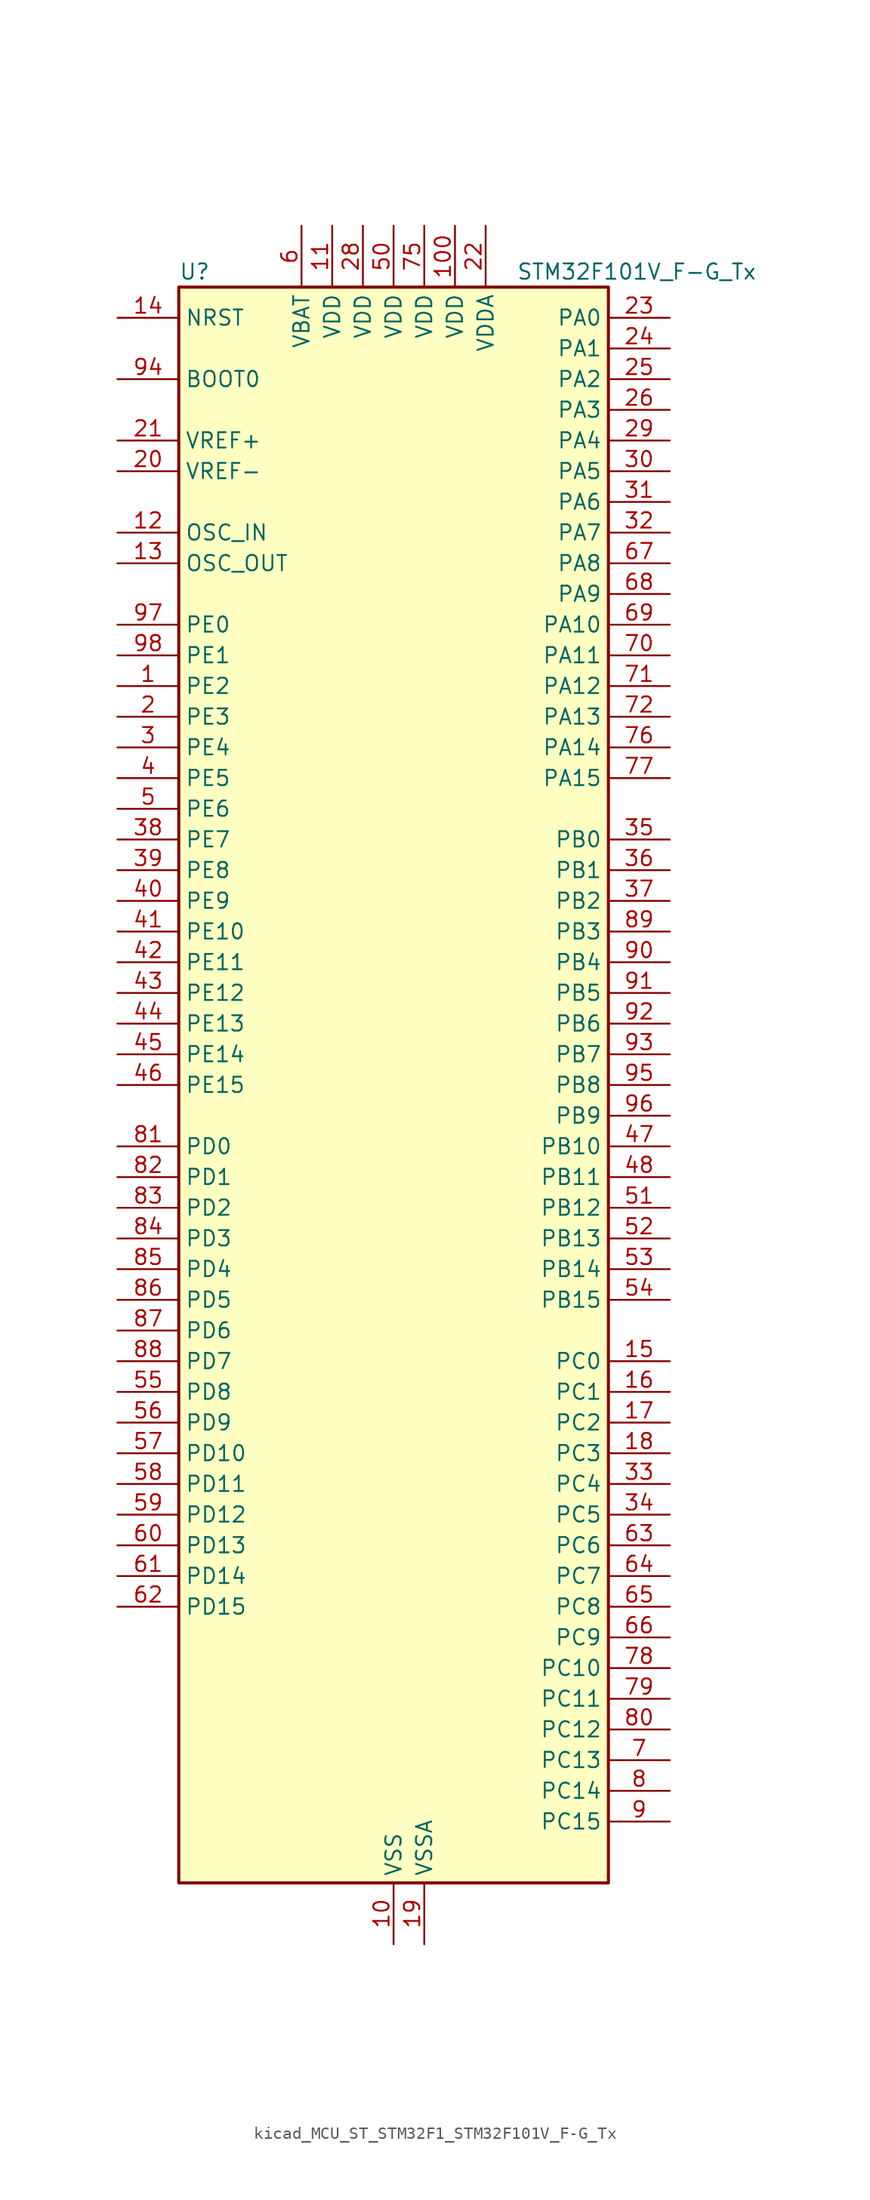
<source format=kicad_sym>
(kicad_symbol_lib
  (version 20220914)
  (generator kicad_symbol_editor)
  (symbol "kicad_MCU_ST_STM32F1_STM32F101V_F-G_Tx"
    (property "Reference" "U"
      (at -17.78 67.31 0)
      (effects (font (size 1.27 1.27)) (justify left)))
    (property "Value" "STM32F101V_F-G_Tx"
      (at 10.16 67.31 0)
      (effects (font (size 1.27 1.27)) (justify left)))
    (property "ki_locked" ""
      (at 0 0 0)
      (effects (font (size 1.27 1.27))))
    (symbol "kicad_MCU_ST_STM32F1_STM32F101V_F-G_Tx_0_1"
      (rectangle (start -17.78 -66.04) (end 17.78 66.04) (stroke (width 0.254) (type default)) (fill (type background))))
    (symbol "kicad_MCU_ST_STM32F1_STM32F101V_F-G_Tx_1_1"
      (pin bidirectional line (at -22.86 33.02 0) (length 5.08) (name "PE2" (effects (font (size 1.27 1.27)))) (number "1" (effects (font (size 1.27 1.27)))) (alternate "FSMC_A23" bidirectional line) (alternate "SYS_TRACECLK" bidirectional line))
      (pin power_in line (at 0 -71.12 90) (length 5.08) (name "VSS" (effects (font (size 1.27 1.27)))) (number "10" (effects (font (size 1.27 1.27)))))
      (pin power_in line (at 5.08 71.12 270) (length 5.08) (name "VDD" (effects (font (size 1.27 1.27)))) (number "100" (effects (font (size 1.27 1.27)))))
      (pin power_in line (at -5.08 71.12 270) (length 5.08) (name "VDD" (effects (font (size 1.27 1.27)))) (number "11" (effects (font (size 1.27 1.27)))))
      (pin input line (at -22.86 45.72 0) (length 5.08) (name "OSC_IN" (effects (font (size 1.27 1.27)))) (number "12" (effects (font (size 1.27 1.27)))) (alternate "RCC_OSC_IN" bidirectional line))
      (pin input line (at -22.86 43.18 0) (length 5.08) (name "OSC_OUT" (effects (font (size 1.27 1.27)))) (number "13" (effects (font (size 1.27 1.27)))) (alternate "RCC_OSC_OUT" bidirectional line))
      (pin input line (at -22.86 63.5 0) (length 5.08) (name "NRST" (effects (font (size 1.27 1.27)))) (number "14" (effects (font (size 1.27 1.27)))))
      (pin bidirectional line (at 22.86 -22.86 180) (length 5.08) (name "PC0" (effects (font (size 1.27 1.27)))) (number "15" (effects (font (size 1.27 1.27)))) (alternate "ADC1_IN10" bidirectional line))
      (pin bidirectional line (at 22.86 -25.4 180) (length 5.08) (name "PC1" (effects (font (size 1.27 1.27)))) (number "16" (effects (font (size 1.27 1.27)))) (alternate "ADC1_IN11" bidirectional line))
      (pin bidirectional line (at 22.86 -27.94 180) (length 5.08) (name "PC2" (effects (font (size 1.27 1.27)))) (number "17" (effects (font (size 1.27 1.27)))) (alternate "ADC1_IN12" bidirectional line))
      (pin bidirectional line (at 22.86 -30.48 180) (length 5.08) (name "PC3" (effects (font (size 1.27 1.27)))) (number "18" (effects (font (size 1.27 1.27)))) (alternate "ADC1_IN13" bidirectional line))
      (pin power_in line (at 2.54 -71.12 90) (length 5.08) (name "VSSA" (effects (font (size 1.27 1.27)))) (number "19" (effects (font (size 1.27 1.27)))))
      (pin bidirectional line (at -22.86 30.48 0) (length 5.08) (name "PE3" (effects (font (size 1.27 1.27)))) (number "2" (effects (font (size 1.27 1.27)))) (alternate "FSMC_A19" bidirectional line) (alternate "SYS_TRACED0" bidirectional line))
      (pin input line (at -22.86 50.8 0) (length 5.08) (name "VREF-" (effects (font (size 1.27 1.27)))) (number "20" (effects (font (size 1.27 1.27)))))
      (pin input line (at -22.86 53.34 0) (length 5.08) (name "VREF+" (effects (font (size 1.27 1.27)))) (number "21" (effects (font (size 1.27 1.27)))))
      (pin power_in line (at 7.62 71.12 270) (length 5.08) (name "VDDA" (effects (font (size 1.27 1.27)))) (number "22" (effects (font (size 1.27 1.27)))))
      (pin bidirectional line (at 22.86 63.5 180) (length 5.08) (name "PA0" (effects (font (size 1.27 1.27)))) (number "23" (effects (font (size 1.27 1.27)))) (alternate "ADC1_IN0" bidirectional line) (alternate "SYS_WKUP" bidirectional line) (alternate "TIM2_CH1" bidirectional line) (alternate "TIM2_ETR" bidirectional line) (alternate "TIM5_CH1" bidirectional line) (alternate "USART2_CTS" bidirectional line))
      (pin bidirectional line (at 22.86 60.96 180) (length 5.08) (name "PA1" (effects (font (size 1.27 1.27)))) (number "24" (effects (font (size 1.27 1.27)))) (alternate "ADC1_IN1" bidirectional line) (alternate "TIM2_CH2" bidirectional line) (alternate "TIM5_CH2" bidirectional line) (alternate "USART2_RTS" bidirectional line))
      (pin bidirectional line (at 22.86 58.42 180) (length 5.08) (name "PA2" (effects (font (size 1.27 1.27)))) (number "25" (effects (font (size 1.27 1.27)))) (alternate "ADC1_IN2" bidirectional line) (alternate "TIM2_CH3" bidirectional line) (alternate "TIM5_CH3" bidirectional line) (alternate "TIM9_CH1" bidirectional line) (alternate "USART2_TX" bidirectional line))
      (pin bidirectional line (at 22.86 55.88 180) (length 5.08) (name "PA3" (effects (font (size 1.27 1.27)))) (number "26" (effects (font (size 1.27 1.27)))) (alternate "ADC1_IN3" bidirectional line) (alternate "TIM2_CH4" bidirectional line) (alternate "TIM5_CH4" bidirectional line) (alternate "TIM9_CH2" bidirectional line) (alternate "USART2_RX" bidirectional line))
      (pin passive line (at 0 -71.12 90) (length 5.08) hide (name "VSS" (effects (font (size 1.27 1.27)))) (number "27" (effects (font (size 1.27 1.27)))))
      (pin power_in line (at -2.54 71.12 270) (length 5.08) (name "VDD" (effects (font (size 1.27 1.27)))) (number "28" (effects (font (size 1.27 1.27)))))
      (pin bidirectional line (at 22.86 53.34 180) (length 5.08) (name "PA4" (effects (font (size 1.27 1.27)))) (number "29" (effects (font (size 1.27 1.27)))) (alternate "ADC1_IN4" bidirectional line) (alternate "DAC_OUT1" bidirectional line) (alternate "SPI1_NSS" bidirectional line) (alternate "USART2_CK" bidirectional line))
      (pin bidirectional line (at -22.86 27.94 0) (length 5.08) (name "PE4" (effects (font (size 1.27 1.27)))) (number "3" (effects (font (size 1.27 1.27)))) (alternate "FSMC_A20" bidirectional line) (alternate "SYS_TRACED1" bidirectional line))
      (pin bidirectional line (at 22.86 50.8 180) (length 5.08) (name "PA5" (effects (font (size 1.27 1.27)))) (number "30" (effects (font (size 1.27 1.27)))) (alternate "ADC1_IN5" bidirectional line) (alternate "DAC_OUT2" bidirectional line) (alternate "SPI1_SCK" bidirectional line))
      (pin bidirectional line (at 22.86 48.26 180) (length 5.08) (name "PA6" (effects (font (size 1.27 1.27)))) (number "31" (effects (font (size 1.27 1.27)))) (alternate "ADC1_IN6" bidirectional line) (alternate "SPI1_MISO" bidirectional line) (alternate "TIM13_CH1" bidirectional line) (alternate "TIM3_CH1" bidirectional line))
      (pin bidirectional line (at 22.86 45.72 180) (length 5.08) (name "PA7" (effects (font (size 1.27 1.27)))) (number "32" (effects (font (size 1.27 1.27)))) (alternate "ADC1_IN7" bidirectional line) (alternate "SPI1_MOSI" bidirectional line) (alternate "TIM14_CH1" bidirectional line) (alternate "TIM3_CH2" bidirectional line))
      (pin bidirectional line (at 22.86 -33.02 180) (length 5.08) (name "PC4" (effects (font (size 1.27 1.27)))) (number "33" (effects (font (size 1.27 1.27)))) (alternate "ADC1_IN14" bidirectional line))
      (pin bidirectional line (at 22.86 -35.56 180) (length 5.08) (name "PC5" (effects (font (size 1.27 1.27)))) (number "34" (effects (font (size 1.27 1.27)))) (alternate "ADC1_IN15" bidirectional line))
      (pin bidirectional line (at 22.86 20.32 180) (length 5.08) (name "PB0" (effects (font (size 1.27 1.27)))) (number "35" (effects (font (size 1.27 1.27)))) (alternate "ADC1_IN8" bidirectional line) (alternate "TIM3_CH3" bidirectional line))
      (pin bidirectional line (at 22.86 17.78 180) (length 5.08) (name "PB1" (effects (font (size 1.27 1.27)))) (number "36" (effects (font (size 1.27 1.27)))) (alternate "ADC1_IN9" bidirectional line) (alternate "TIM3_CH4" bidirectional line))
      (pin bidirectional line (at 22.86 15.24 180) (length 5.08) (name "PB2" (effects (font (size 1.27 1.27)))) (number "37" (effects (font (size 1.27 1.27)))))
      (pin bidirectional line (at -22.86 20.32 0) (length 5.08) (name "PE7" (effects (font (size 1.27 1.27)))) (number "38" (effects (font (size 1.27 1.27)))) (alternate "FSMC_D4" bidirectional line) (alternate "FSMC_DA4" bidirectional line))
      (pin bidirectional line (at -22.86 17.78 0) (length 5.08) (name "PE8" (effects (font (size 1.27 1.27)))) (number "39" (effects (font (size 1.27 1.27)))) (alternate "FSMC_D5" bidirectional line) (alternate "FSMC_DA5" bidirectional line))
      (pin bidirectional line (at -22.86 25.4 0) (length 5.08) (name "PE5" (effects (font (size 1.27 1.27)))) (number "4" (effects (font (size 1.27 1.27)))) (alternate "FSMC_A21" bidirectional line) (alternate "SYS_TRACED2" bidirectional line) (alternate "TIM9_CH1" bidirectional line))
      (pin bidirectional line (at -22.86 15.24 0) (length 5.08) (name "PE9" (effects (font (size 1.27 1.27)))) (number "40" (effects (font (size 1.27 1.27)))) (alternate "DAC_EXTI9" bidirectional line) (alternate "FSMC_D6" bidirectional line) (alternate "FSMC_DA6" bidirectional line))
      (pin bidirectional line (at -22.86 12.7 0) (length 5.08) (name "PE10" (effects (font (size 1.27 1.27)))) (number "41" (effects (font (size 1.27 1.27)))) (alternate "FSMC_D7" bidirectional line) (alternate "FSMC_DA7" bidirectional line))
      (pin bidirectional line (at -22.86 10.16 0) (length 5.08) (name "PE11" (effects (font (size 1.27 1.27)))) (number "42" (effects (font (size 1.27 1.27)))) (alternate "ADC1_EXTI11" bidirectional line) (alternate "FSMC_D8" bidirectional line) (alternate "FSMC_DA8" bidirectional line))
      (pin bidirectional line (at -22.86 7.62 0) (length 5.08) (name "PE12" (effects (font (size 1.27 1.27)))) (number "43" (effects (font (size 1.27 1.27)))) (alternate "FSMC_D9" bidirectional line) (alternate "FSMC_DA9" bidirectional line))
      (pin bidirectional line (at -22.86 5.08 0) (length 5.08) (name "PE13" (effects (font (size 1.27 1.27)))) (number "44" (effects (font (size 1.27 1.27)))) (alternate "FSMC_D10" bidirectional line) (alternate "FSMC_DA10" bidirectional line))
      (pin bidirectional line (at -22.86 2.54 0) (length 5.08) (name "PE14" (effects (font (size 1.27 1.27)))) (number "45" (effects (font (size 1.27 1.27)))) (alternate "FSMC_D11" bidirectional line) (alternate "FSMC_DA11" bidirectional line))
      (pin bidirectional line (at -22.86 0 0) (length 5.08) (name "PE15" (effects (font (size 1.27 1.27)))) (number "46" (effects (font (size 1.27 1.27)))) (alternate "ADC1_EXTI15" bidirectional line) (alternate "FSMC_D12" bidirectional line) (alternate "FSMC_DA12" bidirectional line))
      (pin bidirectional line (at 22.86 -5.08 180) (length 5.08) (name "PB10" (effects (font (size 1.27 1.27)))) (number "47" (effects (font (size 1.27 1.27)))) (alternate "I2C2_SCL" bidirectional line) (alternate "TIM2_CH3" bidirectional line) (alternate "USART3_TX" bidirectional line))
      (pin bidirectional line (at 22.86 -7.62 180) (length 5.08) (name "PB11" (effects (font (size 1.27 1.27)))) (number "48" (effects (font (size 1.27 1.27)))) (alternate "ADC1_EXTI11" bidirectional line) (alternate "I2C2_SDA" bidirectional line) (alternate "TIM2_CH4" bidirectional line) (alternate "USART3_RX" bidirectional line))
      (pin passive line (at 0 -71.12 90) (length 5.08) hide (name "VSS" (effects (font (size 1.27 1.27)))) (number "49" (effects (font (size 1.27 1.27)))))
      (pin bidirectional line (at -22.86 22.86 0) (length 5.08) (name "PE6" (effects (font (size 1.27 1.27)))) (number "5" (effects (font (size 1.27 1.27)))) (alternate "FSMC_A22" bidirectional line) (alternate "SYS_TRACED3" bidirectional line) (alternate "TIM9_CH2" bidirectional line))
      (pin power_in line (at 0 71.12 270) (length 5.08) (name "VDD" (effects (font (size 1.27 1.27)))) (number "50" (effects (font (size 1.27 1.27)))))
      (pin bidirectional line (at 22.86 -10.16 180) (length 5.08) (name "PB12" (effects (font (size 1.27 1.27)))) (number "51" (effects (font (size 1.27 1.27)))) (alternate "I2C2_SMBA" bidirectional line) (alternate "SPI2_NSS" bidirectional line) (alternate "USART3_CK" bidirectional line))
      (pin bidirectional line (at 22.86 -12.7 180) (length 5.08) (name "PB13" (effects (font (size 1.27 1.27)))) (number "52" (effects (font (size 1.27 1.27)))) (alternate "SPI2_SCK" bidirectional line) (alternate "USART3_CTS" bidirectional line))
      (pin bidirectional line (at 22.86 -15.24 180) (length 5.08) (name "PB14" (effects (font (size 1.27 1.27)))) (number "53" (effects (font (size 1.27 1.27)))) (alternate "SPI2_MISO" bidirectional line) (alternate "TIM12_CH1" bidirectional line) (alternate "USART3_RTS" bidirectional line))
      (pin bidirectional line (at 22.86 -17.78 180) (length 5.08) (name "PB15" (effects (font (size 1.27 1.27)))) (number "54" (effects (font (size 1.27 1.27)))) (alternate "ADC1_EXTI15" bidirectional line) (alternate "SPI2_MOSI" bidirectional line) (alternate "TIM12_CH2" bidirectional line))
      (pin bidirectional line (at -22.86 -25.4 0) (length 5.08) (name "PD8" (effects (font (size 1.27 1.27)))) (number "55" (effects (font (size 1.27 1.27)))) (alternate "FSMC_D13" bidirectional line) (alternate "FSMC_DA13" bidirectional line) (alternate "USART3_TX" bidirectional line))
      (pin bidirectional line (at -22.86 -27.94 0) (length 5.08) (name "PD9" (effects (font (size 1.27 1.27)))) (number "56" (effects (font (size 1.27 1.27)))) (alternate "DAC_EXTI9" bidirectional line) (alternate "FSMC_D14" bidirectional line) (alternate "FSMC_DA14" bidirectional line) (alternate "USART3_RX" bidirectional line))
      (pin bidirectional line (at -22.86 -30.48 0) (length 5.08) (name "PD10" (effects (font (size 1.27 1.27)))) (number "57" (effects (font (size 1.27 1.27)))) (alternate "FSMC_D15" bidirectional line) (alternate "FSMC_DA15" bidirectional line) (alternate "USART3_CK" bidirectional line))
      (pin bidirectional line (at -22.86 -33.02 0) (length 5.08) (name "PD11" (effects (font (size 1.27 1.27)))) (number "58" (effects (font (size 1.27 1.27)))) (alternate "ADC1_EXTI11" bidirectional line) (alternate "FSMC_A16" bidirectional line) (alternate "FSMC_CLE" bidirectional line) (alternate "USART3_CTS" bidirectional line))
      (pin bidirectional line (at -22.86 -35.56 0) (length 5.08) (name "PD12" (effects (font (size 1.27 1.27)))) (number "59" (effects (font (size 1.27 1.27)))) (alternate "FSMC_A17" bidirectional line) (alternate "FSMC_ALE" bidirectional line) (alternate "TIM4_CH1" bidirectional line) (alternate "USART3_RTS" bidirectional line))
      (pin power_in line (at -7.62 71.12 270) (length 5.08) (name "VBAT" (effects (font (size 1.27 1.27)))) (number "6" (effects (font (size 1.27 1.27)))))
      (pin bidirectional line (at -22.86 -38.1 0) (length 5.08) (name "PD13" (effects (font (size 1.27 1.27)))) (number "60" (effects (font (size 1.27 1.27)))) (alternate "FSMC_A18" bidirectional line) (alternate "TIM4_CH2" bidirectional line))
      (pin bidirectional line (at -22.86 -40.64 0) (length 5.08) (name "PD14" (effects (font (size 1.27 1.27)))) (number "61" (effects (font (size 1.27 1.27)))) (alternate "FSMC_D0" bidirectional line) (alternate "FSMC_DA0" bidirectional line) (alternate "TIM4_CH3" bidirectional line))
      (pin bidirectional line (at -22.86 -43.18 0) (length 5.08) (name "PD15" (effects (font (size 1.27 1.27)))) (number "62" (effects (font (size 1.27 1.27)))) (alternate "ADC1_EXTI15" bidirectional line) (alternate "FSMC_D1" bidirectional line) (alternate "FSMC_DA1" bidirectional line) (alternate "TIM4_CH4" bidirectional line))
      (pin bidirectional line (at 22.86 -38.1 180) (length 5.08) (name "PC6" (effects (font (size 1.27 1.27)))) (number "63" (effects (font (size 1.27 1.27)))) (alternate "TIM3_CH1" bidirectional line))
      (pin bidirectional line (at 22.86 -40.64 180) (length 5.08) (name "PC7" (effects (font (size 1.27 1.27)))) (number "64" (effects (font (size 1.27 1.27)))) (alternate "TIM3_CH2" bidirectional line))
      (pin bidirectional line (at 22.86 -43.18 180) (length 5.08) (name "PC8" (effects (font (size 1.27 1.27)))) (number "65" (effects (font (size 1.27 1.27)))) (alternate "TIM3_CH3" bidirectional line))
      (pin bidirectional line (at 22.86 -45.72 180) (length 5.08) (name "PC9" (effects (font (size 1.27 1.27)))) (number "66" (effects (font (size 1.27 1.27)))) (alternate "DAC_EXTI9" bidirectional line) (alternate "TIM3_CH4" bidirectional line))
      (pin bidirectional line (at 22.86 43.18 180) (length 5.08) (name "PA8" (effects (font (size 1.27 1.27)))) (number "67" (effects (font (size 1.27 1.27)))) (alternate "RCC_MCO" bidirectional line) (alternate "USART1_CK" bidirectional line))
      (pin bidirectional line (at 22.86 40.64 180) (length 5.08) (name "PA9" (effects (font (size 1.27 1.27)))) (number "68" (effects (font (size 1.27 1.27)))) (alternate "DAC_EXTI9" bidirectional line) (alternate "USART1_TX" bidirectional line))
      (pin bidirectional line (at 22.86 38.1 180) (length 5.08) (name "PA10" (effects (font (size 1.27 1.27)))) (number "69" (effects (font (size 1.27 1.27)))) (alternate "USART1_RX" bidirectional line))
      (pin bidirectional line (at 22.86 -55.88 180) (length 5.08) (name "PC13" (effects (font (size 1.27 1.27)))) (number "7" (effects (font (size 1.27 1.27)))) (alternate "RTC_OUT" bidirectional line) (alternate "RTC_TAMPER" bidirectional line))
      (pin bidirectional line (at 22.86 35.56 180) (length 5.08) (name "PA11" (effects (font (size 1.27 1.27)))) (number "70" (effects (font (size 1.27 1.27)))) (alternate "ADC1_EXTI11" bidirectional line) (alternate "USART1_CTS" bidirectional line))
      (pin bidirectional line (at 22.86 33.02 180) (length 5.08) (name "PA12" (effects (font (size 1.27 1.27)))) (number "71" (effects (font (size 1.27 1.27)))) (alternate "USART1_RTS" bidirectional line))
      (pin bidirectional line (at 22.86 30.48 180) (length 5.08) (name "PA13" (effects (font (size 1.27 1.27)))) (number "72" (effects (font (size 1.27 1.27)))) (alternate "SYS_JTMS-SWDIO" bidirectional line))
      (pin no_connect line (at -17.78 -66.04 0) (length 5.08) hide (name "NC" (effects (font (size 1.27 1.27)))) (number "73" (effects (font (size 1.27 1.27)))))
      (pin passive line (at 0 -71.12 90) (length 5.08) hide (name "VSS" (effects (font (size 1.27 1.27)))) (number "74" (effects (font (size 1.27 1.27)))))
      (pin power_in line (at 2.54 71.12 270) (length 5.08) (name "VDD" (effects (font (size 1.27 1.27)))) (number "75" (effects (font (size 1.27 1.27)))))
      (pin bidirectional line (at 22.86 27.94 180) (length 5.08) (name "PA14" (effects (font (size 1.27 1.27)))) (number "76" (effects (font (size 1.27 1.27)))) (alternate "SYS_JTCK-SWCLK" bidirectional line))
      (pin bidirectional line (at 22.86 25.4 180) (length 5.08) (name "PA15" (effects (font (size 1.27 1.27)))) (number "77" (effects (font (size 1.27 1.27)))) (alternate "ADC1_EXTI15" bidirectional line) (alternate "SPI1_NSS" bidirectional line) (alternate "SPI3_NSS" bidirectional line) (alternate "SYS_JTDI" bidirectional line) (alternate "TIM2_CH1" bidirectional line) (alternate "TIM2_ETR" bidirectional line))
      (pin bidirectional line (at 22.86 -48.26 180) (length 5.08) (name "PC10" (effects (font (size 1.27 1.27)))) (number "78" (effects (font (size 1.27 1.27)))) (alternate "UART4_TX" bidirectional line) (alternate "USART3_TX" bidirectional line))
      (pin bidirectional line (at 22.86 -50.8 180) (length 5.08) (name "PC11" (effects (font (size 1.27 1.27)))) (number "79" (effects (font (size 1.27 1.27)))) (alternate "ADC1_EXTI11" bidirectional line) (alternate "UART4_RX" bidirectional line) (alternate "USART3_RX" bidirectional line))
      (pin bidirectional line (at 22.86 -58.42 180) (length 5.08) (name "PC14" (effects (font (size 1.27 1.27)))) (number "8" (effects (font (size 1.27 1.27)))) (alternate "RCC_OSC32_IN" bidirectional line))
      (pin bidirectional line (at 22.86 -53.34 180) (length 5.08) (name "PC12" (effects (font (size 1.27 1.27)))) (number "80" (effects (font (size 1.27 1.27)))) (alternate "UART5_TX" bidirectional line) (alternate "USART3_CK" bidirectional line))
      (pin bidirectional line (at -22.86 -5.08 0) (length 5.08) (name "PD0" (effects (font (size 1.27 1.27)))) (number "81" (effects (font (size 1.27 1.27)))) (alternate "FSMC_D2" bidirectional line) (alternate "FSMC_DA2" bidirectional line))
      (pin bidirectional line (at -22.86 -7.62 0) (length 5.08) (name "PD1" (effects (font (size 1.27 1.27)))) (number "82" (effects (font (size 1.27 1.27)))) (alternate "FSMC_D3" bidirectional line) (alternate "FSMC_DA3" bidirectional line))
      (pin bidirectional line (at -22.86 -10.16 0) (length 5.08) (name "PD2" (effects (font (size 1.27 1.27)))) (number "83" (effects (font (size 1.27 1.27)))) (alternate "TIM3_ETR" bidirectional line) (alternate "UART5_RX" bidirectional line))
      (pin bidirectional line (at -22.86 -12.7 0) (length 5.08) (name "PD3" (effects (font (size 1.27 1.27)))) (number "84" (effects (font (size 1.27 1.27)))) (alternate "FSMC_CLK" bidirectional line) (alternate "USART2_CTS" bidirectional line))
      (pin bidirectional line (at -22.86 -15.24 0) (length 5.08) (name "PD4" (effects (font (size 1.27 1.27)))) (number "85" (effects (font (size 1.27 1.27)))) (alternate "FSMC_NOE" bidirectional line) (alternate "USART2_RTS" bidirectional line))
      (pin bidirectional line (at -22.86 -17.78 0) (length 5.08) (name "PD5" (effects (font (size 1.27 1.27)))) (number "86" (effects (font (size 1.27 1.27)))) (alternate "FSMC_NWE" bidirectional line) (alternate "USART2_TX" bidirectional line))
      (pin bidirectional line (at -22.86 -20.32 0) (length 5.08) (name "PD6" (effects (font (size 1.27 1.27)))) (number "87" (effects (font (size 1.27 1.27)))) (alternate "FSMC_NWAIT" bidirectional line) (alternate "USART2_RX" bidirectional line))
      (pin bidirectional line (at -22.86 -22.86 0) (length 5.08) (name "PD7" (effects (font (size 1.27 1.27)))) (number "88" (effects (font (size 1.27 1.27)))) (alternate "FSMC_NCE2" bidirectional line) (alternate "FSMC_NE1" bidirectional line) (alternate "USART2_CK" bidirectional line))
      (pin bidirectional line (at 22.86 12.7 180) (length 5.08) (name "PB3" (effects (font (size 1.27 1.27)))) (number "89" (effects (font (size 1.27 1.27)))) (alternate "SPI1_SCK" bidirectional line) (alternate "SPI3_SCK" bidirectional line) (alternate "SYS_JTDO-TRACESWO" bidirectional line) (alternate "TIM2_CH2" bidirectional line))
      (pin bidirectional line (at 22.86 -60.96 180) (length 5.08) (name "PC15" (effects (font (size 1.27 1.27)))) (number "9" (effects (font (size 1.27 1.27)))) (alternate "ADC1_EXTI15" bidirectional line) (alternate "RCC_OSC32_OUT" bidirectional line))
      (pin bidirectional line (at 22.86 10.16 180) (length 5.08) (name "PB4" (effects (font (size 1.27 1.27)))) (number "90" (effects (font (size 1.27 1.27)))) (alternate "SPI1_MISO" bidirectional line) (alternate "SPI3_MISO" bidirectional line) (alternate "SYS_NJTRST" bidirectional line) (alternate "TIM3_CH1" bidirectional line))
      (pin bidirectional line (at 22.86 7.62 180) (length 5.08) (name "PB5" (effects (font (size 1.27 1.27)))) (number "91" (effects (font (size 1.27 1.27)))) (alternate "I2C1_SMBA" bidirectional line) (alternate "SPI1_MOSI" bidirectional line) (alternate "SPI3_MOSI" bidirectional line) (alternate "TIM3_CH2" bidirectional line))
      (pin bidirectional line (at 22.86 5.08 180) (length 5.08) (name "PB6" (effects (font (size 1.27 1.27)))) (number "92" (effects (font (size 1.27 1.27)))) (alternate "I2C1_SCL" bidirectional line) (alternate "TIM4_CH1" bidirectional line) (alternate "USART1_TX" bidirectional line))
      (pin bidirectional line (at 22.86 2.54 180) (length 5.08) (name "PB7" (effects (font (size 1.27 1.27)))) (number "93" (effects (font (size 1.27 1.27)))) (alternate "FSMC_NL" bidirectional line) (alternate "I2C1_SDA" bidirectional line) (alternate "TIM4_CH2" bidirectional line) (alternate "USART1_RX" bidirectional line))
      (pin input line (at -22.86 58.42 0) (length 5.08) (name "BOOT0" (effects (font (size 1.27 1.27)))) (number "94" (effects (font (size 1.27 1.27)))))
      (pin bidirectional line (at 22.86 0 180) (length 5.08) (name "PB8" (effects (font (size 1.27 1.27)))) (number "95" (effects (font (size 1.27 1.27)))) (alternate "I2C1_SCL" bidirectional line) (alternate "TIM10_CH1" bidirectional line) (alternate "TIM4_CH3" bidirectional line))
      (pin bidirectional line (at 22.86 -2.54 180) (length 5.08) (name "PB9" (effects (font (size 1.27 1.27)))) (number "96" (effects (font (size 1.27 1.27)))) (alternate "DAC_EXTI9" bidirectional line) (alternate "I2C1_SDA" bidirectional line) (alternate "TIM11_CH1" bidirectional line) (alternate "TIM4_CH4" bidirectional line))
      (pin bidirectional line (at -22.86 38.1 0) (length 5.08) (name "PE0" (effects (font (size 1.27 1.27)))) (number "97" (effects (font (size 1.27 1.27)))) (alternate "FSMC_NBL0" bidirectional line) (alternate "TIM4_ETR" bidirectional line))
      (pin bidirectional line (at -22.86 35.56 0) (length 5.08) (name "PE1" (effects (font (size 1.27 1.27)))) (number "98" (effects (font (size 1.27 1.27)))) (alternate "FSMC_NBL1" bidirectional line))
      (pin passive line (at 0 -71.12 90) (length 5.08) hide (name "VSS" (effects (font (size 1.27 1.27)))) (number "99" (effects (font (size 1.27 1.27))))))))
</source>
